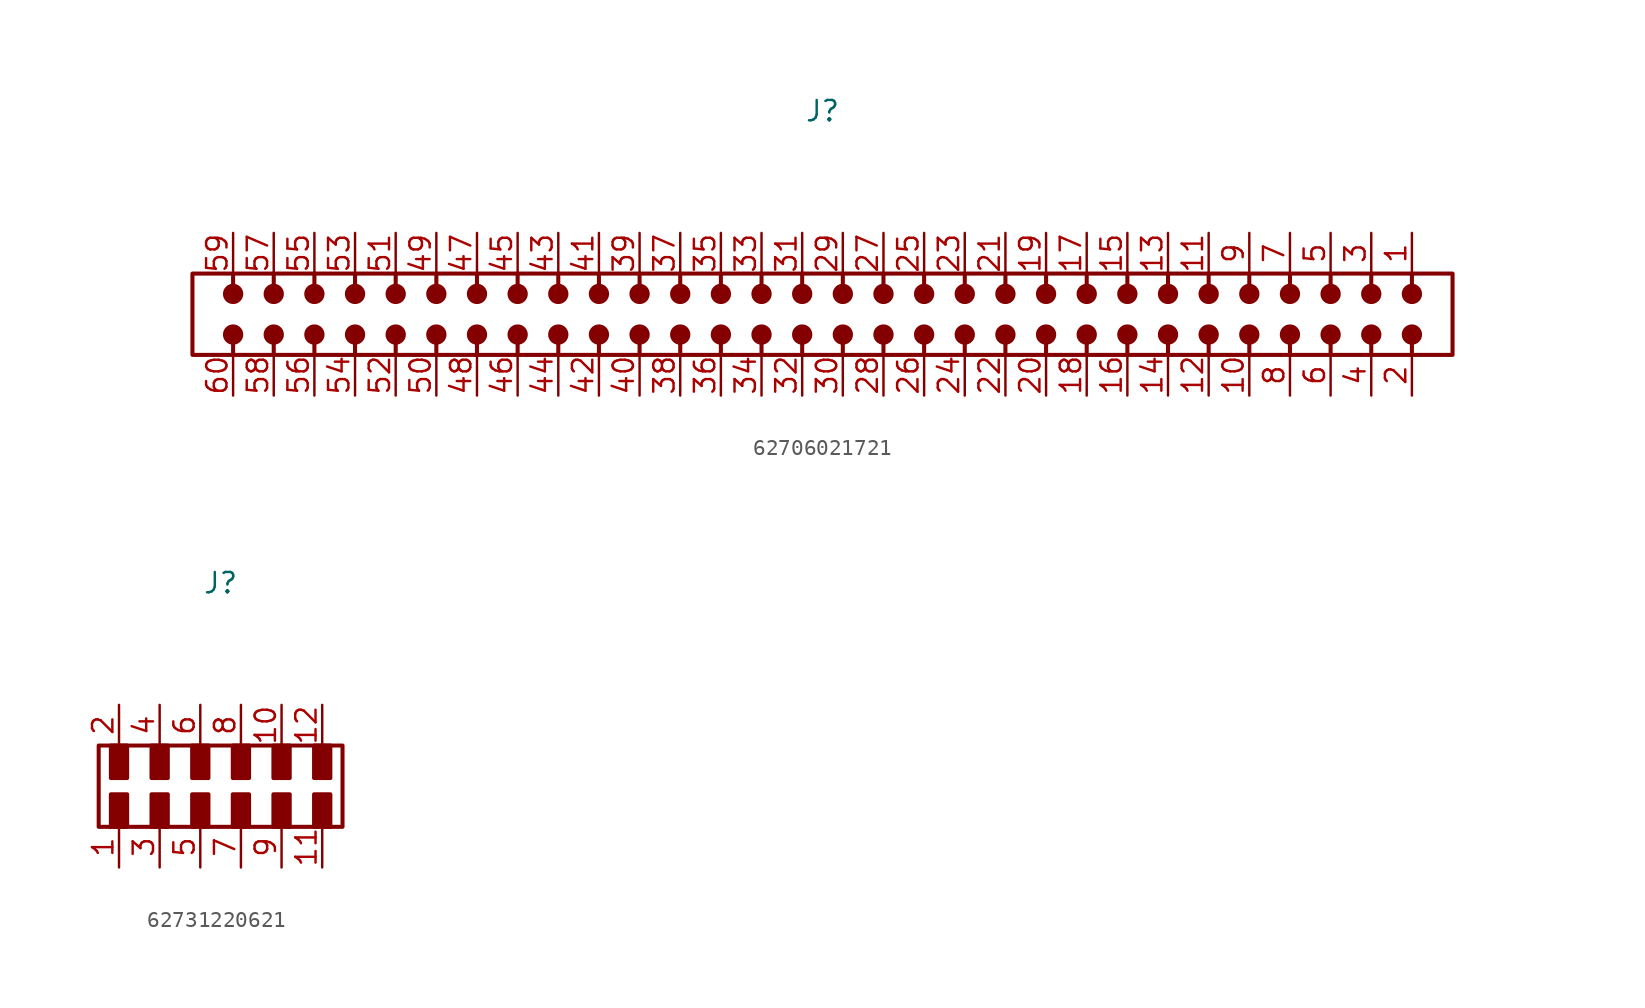
<source format=kicad_sym>
(kicad_symbol_lib
  (version 20241209)
  (generator "kicad_symbol_editor")
  (generator_version "9.0")
  (symbol "62706021721"
    (pin_names
      (hide yes))
    (property "Reference" "J"
      (at 0 12.7 0)
      (effects (font (size 1.27 1.27))))
    (symbol "62706021721_1_1"
      (rectangle (start -39.37 2.54) (end 39.37 -2.54) (stroke (width 0.254) (type solid)) (fill (type none)))
      (polyline (pts (xy -36.83 1.778) (xy -36.83 2.54)) (stroke (width 0.254) (type solid)) (fill (type none)))
      (circle (center -36.83 1.27) (radius 0.508) (stroke (width 0.254) (type solid)) (fill (type outline)))
      (circle (center -36.83 -1.27) (radius 0.508) (stroke (width 0.254) (type solid)) (fill (type outline)))
      (polyline (pts (xy -36.83 -1.778) (xy -36.83 -2.54)) (stroke (width 0.254) (type solid)) (fill (type none)))
      (polyline (pts (xy -34.29 1.778) (xy -34.29 2.54)) (stroke (width 0.254) (type solid)) (fill (type none)))
      (circle (center -34.29 1.27) (radius 0.508) (stroke (width 0.254) (type solid)) (fill (type outline)))
      (circle (center -34.29 -1.27) (radius 0.508) (stroke (width 0.254) (type solid)) (fill (type outline)))
      (polyline (pts (xy -34.29 -1.778) (xy -34.29 -2.54)) (stroke (width 0.254) (type solid)) (fill (type none)))
      (polyline (pts (xy -31.75 1.778) (xy -31.75 2.54)) (stroke (width 0.254) (type solid)) (fill (type none)))
      (circle (center -31.75 1.27) (radius 0.508) (stroke (width 0.254) (type solid)) (fill (type outline)))
      (circle (center -31.75 -1.27) (radius 0.508) (stroke (width 0.254) (type solid)) (fill (type outline)))
      (polyline (pts (xy -31.75 -1.778) (xy -31.75 -2.54)) (stroke (width 0.254) (type solid)) (fill (type none)))
      (polyline (pts (xy -29.21 1.778) (xy -29.21 2.54)) (stroke (width 0.254) (type solid)) (fill (type none)))
      (circle (center -29.21 1.27) (radius 0.508) (stroke (width 0.254) (type solid)) (fill (type outline)))
      (circle (center -29.21 -1.27) (radius 0.508) (stroke (width 0.254) (type solid)) (fill (type outline)))
      (polyline (pts (xy -29.21 -1.778) (xy -29.21 -2.54)) (stroke (width 0.254) (type solid)) (fill (type none)))
      (polyline (pts (xy -26.67 1.778) (xy -26.67 2.54)) (stroke (width 0.254) (type solid)) (fill (type none)))
      (circle (center -26.67 1.27) (radius 0.508) (stroke (width 0.254) (type solid)) (fill (type outline)))
      (circle (center -26.67 -1.27) (radius 0.508) (stroke (width 0.254) (type solid)) (fill (type outline)))
      (polyline (pts (xy -26.67 -1.778) (xy -26.67 -2.54)) (stroke (width 0.254) (type solid)) (fill (type none)))
      (polyline (pts (xy -24.13 1.778) (xy -24.13 2.54)) (stroke (width 0.254) (type solid)) (fill (type none)))
      (circle (center -24.13 1.27) (radius 0.508) (stroke (width 0.254) (type solid)) (fill (type outline)))
      (circle (center -24.13 -1.27) (radius 0.508) (stroke (width 0.254) (type solid)) (fill (type outline)))
      (polyline (pts (xy -24.13 -1.778) (xy -24.13 -2.54)) (stroke (width 0.254) (type solid)) (fill (type none)))
      (polyline (pts (xy -21.59 1.778) (xy -21.59 2.54)) (stroke (width 0.254) (type solid)) (fill (type none)))
      (circle (center -21.59 1.27) (radius 0.508) (stroke (width 0.254) (type solid)) (fill (type outline)))
      (circle (center -21.59 -1.27) (radius 0.508) (stroke (width 0.254) (type solid)) (fill (type outline)))
      (polyline (pts (xy -21.59 -1.778) (xy -21.59 -2.54)) (stroke (width 0.254) (type solid)) (fill (type none)))
      (polyline (pts (xy -19.05 1.778) (xy -19.05 2.54)) (stroke (width 0.254) (type solid)) (fill (type none)))
      (circle (center -19.05 1.27) (radius 0.508) (stroke (width 0.254) (type solid)) (fill (type outline)))
      (circle (center -19.05 -1.27) (radius 0.508) (stroke (width 0.254) (type solid)) (fill (type outline)))
      (polyline (pts (xy -19.05 -1.778) (xy -19.05 -2.54)) (stroke (width 0.254) (type solid)) (fill (type none)))
      (polyline (pts (xy -16.51 1.778) (xy -16.51 2.54)) (stroke (width 0.254) (type solid)) (fill (type none)))
      (circle (center -16.51 1.27) (radius 0.508) (stroke (width 0.254) (type solid)) (fill (type outline)))
      (circle (center -16.51 -1.27) (radius 0.508) (stroke (width 0.254) (type solid)) (fill (type outline)))
      (polyline (pts (xy -16.51 -1.778) (xy -16.51 -2.54)) (stroke (width 0.254) (type solid)) (fill (type none)))
      (polyline (pts (xy -13.97 1.778) (xy -13.97 2.54)) (stroke (width 0.254) (type solid)) (fill (type none)))
      (circle (center -13.97 1.27) (radius 0.508) (stroke (width 0.254) (type solid)) (fill (type outline)))
      (circle (center -13.97 -1.27) (radius 0.508) (stroke (width 0.254) (type solid)) (fill (type outline)))
      (polyline (pts (xy -13.97 -1.778) (xy -13.97 -2.54)) (stroke (width 0.254) (type solid)) (fill (type none)))
      (polyline (pts (xy -11.43 1.778) (xy -11.43 2.54)) (stroke (width 0.254) (type solid)) (fill (type none)))
      (circle (center -11.43 1.27) (radius 0.508) (stroke (width 0.254) (type solid)) (fill (type outline)))
      (circle (center -11.43 -1.27) (radius 0.508) (stroke (width 0.254) (type solid)) (fill (type outline)))
      (polyline (pts (xy -11.43 -1.778) (xy -11.43 -2.54)) (stroke (width 0.254) (type solid)) (fill (type none)))
      (polyline (pts (xy -8.89 1.778) (xy -8.89 2.54)) (stroke (width 0.254) (type solid)) (fill (type none)))
      (circle (center -8.89 1.27) (radius 0.508) (stroke (width 0.254) (type solid)) (fill (type outline)))
      (circle (center -8.89 -1.27) (radius 0.508) (stroke (width 0.254) (type solid)) (fill (type outline)))
      (polyline (pts (xy -8.89 -1.778) (xy -8.89 -2.54)) (stroke (width 0.254) (type solid)) (fill (type none)))
      (polyline (pts (xy -6.35 1.778) (xy -6.35 2.54)) (stroke (width 0.254) (type solid)) (fill (type none)))
      (circle (center -6.35 1.27) (radius 0.508) (stroke (width 0.254) (type solid)) (fill (type outline)))
      (circle (center -6.35 -1.27) (radius 0.508) (stroke (width 0.254) (type solid)) (fill (type outline)))
      (polyline (pts (xy -6.35 -1.778) (xy -6.35 -2.54)) (stroke (width 0.254) (type solid)) (fill (type none)))
      (polyline (pts (xy -3.81 1.778) (xy -3.81 2.54)) (stroke (width 0.254) (type solid)) (fill (type none)))
      (circle (center -3.81 1.27) (radius 0.508) (stroke (width 0.254) (type solid)) (fill (type outline)))
      (circle (center -3.81 -1.27) (radius 0.508) (stroke (width 0.254) (type solid)) (fill (type outline)))
      (polyline (pts (xy -3.81 -1.778) (xy -3.81 -2.54)) (stroke (width 0.254) (type solid)) (fill (type none)))
      (polyline (pts (xy -1.27 1.778) (xy -1.27 2.54)) (stroke (width 0.254) (type solid)) (fill (type none)))
      (circle (center -1.27 1.27) (radius 0.508) (stroke (width 0.254) (type solid)) (fill (type outline)))
      (circle (center -1.27 -1.27) (radius 0.508) (stroke (width 0.254) (type solid)) (fill (type outline)))
      (polyline (pts (xy -1.27 -1.778) (xy -1.27 -2.54)) (stroke (width 0.254) (type solid)) (fill (type none)))
      (polyline (pts (xy 1.27 1.778) (xy 1.27 2.54)) (stroke (width 0.254) (type solid)) (fill (type none)))
      (circle (center 1.27 1.27) (radius 0.508) (stroke (width 0.254) (type solid)) (fill (type outline)))
      (circle (center 1.27 -1.27) (radius 0.508) (stroke (width 0.254) (type solid)) (fill (type outline)))
      (polyline (pts (xy 1.27 -1.778) (xy 1.27 -2.54)) (stroke (width 0.254) (type solid)) (fill (type none)))
      (polyline (pts (xy 3.81 1.778) (xy 3.81 2.54)) (stroke (width 0.254) (type solid)) (fill (type none)))
      (circle (center 3.81 1.27) (radius 0.508) (stroke (width 0.254) (type solid)) (fill (type outline)))
      (circle (center 3.81 -1.27) (radius 0.508) (stroke (width 0.254) (type solid)) (fill (type outline)))
      (polyline (pts (xy 3.81 -1.778) (xy 3.81 -2.54)) (stroke (width 0.254) (type solid)) (fill (type none)))
      (polyline (pts (xy 6.35 1.778) (xy 6.35 2.54)) (stroke (width 0.254) (type solid)) (fill (type none)))
      (circle (center 6.35 1.27) (radius 0.508) (stroke (width 0.254) (type solid)) (fill (type outline)))
      (circle (center 6.35 -1.27) (radius 0.508) (stroke (width 0.254) (type solid)) (fill (type outline)))
      (polyline (pts (xy 6.35 -1.778) (xy 6.35 -2.54)) (stroke (width 0.254) (type solid)) (fill (type none)))
      (polyline (pts (xy 8.89 1.778) (xy 8.89 2.54)) (stroke (width 0.254) (type solid)) (fill (type none)))
      (circle (center 8.89 1.27) (radius 0.508) (stroke (width 0.254) (type solid)) (fill (type outline)))
      (circle (center 8.89 -1.27) (radius 0.508) (stroke (width 0.254) (type solid)) (fill (type outline)))
      (polyline (pts (xy 8.89 -1.778) (xy 8.89 -2.54)) (stroke (width 0.254) (type solid)) (fill (type none)))
      (polyline (pts (xy 11.43 1.778) (xy 11.43 2.54)) (stroke (width 0.254) (type solid)) (fill (type none)))
      (circle (center 11.43 1.27) (radius 0.508) (stroke (width 0.254) (type solid)) (fill (type outline)))
      (circle (center 11.43 -1.27) (radius 0.508) (stroke (width 0.254) (type solid)) (fill (type outline)))
      (polyline (pts (xy 11.43 -1.778) (xy 11.43 -2.54)) (stroke (width 0.254) (type solid)) (fill (type none)))
      (polyline (pts (xy 13.97 1.778) (xy 13.97 2.54)) (stroke (width 0.254) (type solid)) (fill (type none)))
      (circle (center 13.97 1.27) (radius 0.508) (stroke (width 0.254) (type solid)) (fill (type outline)))
      (circle (center 13.97 -1.27) (radius 0.508) (stroke (width 0.254) (type solid)) (fill (type outline)))
      (polyline (pts (xy 13.97 -1.778) (xy 13.97 -2.54)) (stroke (width 0.254) (type solid)) (fill (type none)))
      (polyline (pts (xy 16.51 1.778) (xy 16.51 2.54)) (stroke (width 0.254) (type solid)) (fill (type none)))
      (circle (center 16.51 1.27) (radius 0.508) (stroke (width 0.254) (type solid)) (fill (type outline)))
      (circle (center 16.51 -1.27) (radius 0.508) (stroke (width 0.254) (type solid)) (fill (type outline)))
      (polyline (pts (xy 16.51 -1.778) (xy 16.51 -2.54)) (stroke (width 0.254) (type solid)) (fill (type none)))
      (polyline (pts (xy 19.05 1.778) (xy 19.05 2.54)) (stroke (width 0.254) (type solid)) (fill (type none)))
      (circle (center 19.05 1.27) (radius 0.508) (stroke (width 0.254) (type solid)) (fill (type outline)))
      (circle (center 19.05 -1.27) (radius 0.508) (stroke (width 0.254) (type solid)) (fill (type outline)))
      (polyline (pts (xy 19.05 -1.778) (xy 19.05 -2.54)) (stroke (width 0.254) (type solid)) (fill (type none)))
      (polyline (pts (xy 21.59 1.778) (xy 21.59 2.54)) (stroke (width 0.254) (type solid)) (fill (type none)))
      (circle (center 21.59 1.27) (radius 0.508) (stroke (width 0.254) (type solid)) (fill (type outline)))
      (circle (center 21.59 -1.27) (radius 0.508) (stroke (width 0.254) (type solid)) (fill (type outline)))
      (polyline (pts (xy 21.59 -1.778) (xy 21.59 -2.54)) (stroke (width 0.254) (type solid)) (fill (type none)))
      (polyline (pts (xy 24.13 1.778) (xy 24.13 2.54)) (stroke (width 0.254) (type solid)) (fill (type none)))
      (circle (center 24.13 1.27) (radius 0.508) (stroke (width 0.254) (type solid)) (fill (type outline)))
      (circle (center 24.13 -1.27) (radius 0.508) (stroke (width 0.254) (type solid)) (fill (type outline)))
      (polyline (pts (xy 24.13 -1.778) (xy 24.13 -2.54)) (stroke (width 0.254) (type solid)) (fill (type none)))
      (polyline (pts (xy 26.67 1.778) (xy 26.67 2.54)) (stroke (width 0.254) (type solid)) (fill (type none)))
      (circle (center 26.67 1.27) (radius 0.508) (stroke (width 0.254) (type solid)) (fill (type outline)))
      (circle (center 26.67 -1.27) (radius 0.508) (stroke (width 0.254) (type solid)) (fill (type outline)))
      (polyline (pts (xy 26.67 -1.778) (xy 26.67 -2.54)) (stroke (width 0.254) (type solid)) (fill (type none)))
      (polyline (pts (xy 29.21 1.778) (xy 29.21 2.54)) (stroke (width 0.254) (type solid)) (fill (type none)))
      (circle (center 29.21 1.27) (radius 0.508) (stroke (width 0.254) (type solid)) (fill (type outline)))
      (circle (center 29.21 -1.27) (radius 0.508) (stroke (width 0.254) (type solid)) (fill (type outline)))
      (polyline (pts (xy 29.21 -1.778) (xy 29.21 -2.54)) (stroke (width 0.254) (type solid)) (fill (type none)))
      (polyline (pts (xy 31.75 1.778) (xy 31.75 2.54)) (stroke (width 0.254) (type solid)) (fill (type none)))
      (circle (center 31.75 1.27) (radius 0.508) (stroke (width 0.254) (type solid)) (fill (type outline)))
      (circle (center 31.75 -1.27) (radius 0.508) (stroke (width 0.254) (type solid)) (fill (type outline)))
      (polyline (pts (xy 31.75 -1.778) (xy 31.75 -2.54)) (stroke (width 0.254) (type solid)) (fill (type none)))
      (polyline (pts (xy 34.29 1.778) (xy 34.29 2.54)) (stroke (width 0.254) (type solid)) (fill (type none)))
      (circle (center 34.29 1.27) (radius 0.508) (stroke (width 0.254) (type solid)) (fill (type outline)))
      (circle (center 34.29 -1.27) (radius 0.508) (stroke (width 0.254) (type solid)) (fill (type outline)))
      (polyline (pts (xy 34.29 -1.778) (xy 34.29 -2.54)) (stroke (width 0.254) (type solid)) (fill (type none)))
      (polyline (pts (xy 36.83 1.778) (xy 36.83 2.54)) (stroke (width 0.254) (type solid)) (fill (type none)))
      (circle (center 36.83 1.27) (radius 0.508) (stroke (width 0.254) (type solid)) (fill (type outline)))
      (circle (center 36.83 -1.27) (radius 0.508) (stroke (width 0.254) (type solid)) (fill (type outline)))
      (polyline (pts (xy 36.83 -1.778) (xy 36.83 -2.54)) (stroke (width 0.254) (type solid)) (fill (type none)))
      (pin passive line (at -36.83 5.08 270) (length 2.54) (name "59" (effects (font (size 1.27 1.27)))) (number "59" (effects (font (size 1.27 1.27)))))
      (pin passive line (at -36.83 -5.08 90) (length 2.54) (name "60" (effects (font (size 1.27 1.27)))) (number "60" (effects (font (size 1.27 1.27)))))
      (pin passive line (at -34.29 5.08 270) (length 2.54) (name "57" (effects (font (size 1.27 1.27)))) (number "57" (effects (font (size 1.27 1.27)))))
      (pin passive line (at -34.29 -5.08 90) (length 2.54) (name "58" (effects (font (size 1.27 1.27)))) (number "58" (effects (font (size 1.27 1.27)))))
      (pin passive line (at -31.75 5.08 270) (length 2.54) (name "55" (effects (font (size 1.27 1.27)))) (number "55" (effects (font (size 1.27 1.27)))))
      (pin passive line (at -31.75 -5.08 90) (length 2.54) (name "56" (effects (font (size 1.27 1.27)))) (number "56" (effects (font (size 1.27 1.27)))))
      (pin passive line (at -29.21 5.08 270) (length 2.54) (name "53" (effects (font (size 1.27 1.27)))) (number "53" (effects (font (size 1.27 1.27)))))
      (pin passive line (at -29.21 -5.08 90) (length 2.54) (name "54" (effects (font (size 1.27 1.27)))) (number "54" (effects (font (size 1.27 1.27)))))
      (pin passive line (at -26.67 5.08 270) (length 2.54) (name "51" (effects (font (size 1.27 1.27)))) (number "51" (effects (font (size 1.27 1.27)))))
      (pin passive line (at -26.67 -5.08 90) (length 2.54) (name "52" (effects (font (size 1.27 1.27)))) (number "52" (effects (font (size 1.27 1.27)))))
      (pin passive line (at -24.13 5.08 270) (length 2.54) (name "49" (effects (font (size 1.27 1.27)))) (number "49" (effects (font (size 1.27 1.27)))))
      (pin passive line (at -24.13 -5.08 90) (length 2.54) (name "50" (effects (font (size 1.27 1.27)))) (number "50" (effects (font (size 1.27 1.27)))))
      (pin passive line (at -21.59 5.08 270) (length 2.54) (name "47" (effects (font (size 1.27 1.27)))) (number "47" (effects (font (size 1.27 1.27)))))
      (pin passive line (at -21.59 -5.08 90) (length 2.54) (name "48" (effects (font (size 1.27 1.27)))) (number "48" (effects (font (size 1.27 1.27)))))
      (pin passive line (at -19.05 5.08 270) (length 2.54) (name "45" (effects (font (size 1.27 1.27)))) (number "45" (effects (font (size 1.27 1.27)))))
      (pin passive line (at -19.05 -5.08 90) (length 2.54) (name "46" (effects (font (size 1.27 1.27)))) (number "46" (effects (font (size 1.27 1.27)))))
      (pin passive line (at -16.51 5.08 270) (length 2.54) (name "43" (effects (font (size 1.27 1.27)))) (number "43" (effects (font (size 1.27 1.27)))))
      (pin passive line (at -16.51 -5.08 90) (length 2.54) (name "44" (effects (font (size 1.27 1.27)))) (number "44" (effects (font (size 1.27 1.27)))))
      (pin passive line (at -13.97 5.08 270) (length 2.54) (name "41" (effects (font (size 1.27 1.27)))) (number "41" (effects (font (size 1.27 1.27)))))
      (pin passive line (at -13.97 -5.08 90) (length 2.54) (name "42" (effects (font (size 1.27 1.27)))) (number "42" (effects (font (size 1.27 1.27)))))
      (pin passive line (at -11.43 5.08 270) (length 2.54) (name "39" (effects (font (size 1.27 1.27)))) (number "39" (effects (font (size 1.27 1.27)))))
      (pin passive line (at -11.43 -5.08 90) (length 2.54) (name "40" (effects (font (size 1.27 1.27)))) (number "40" (effects (font (size 1.27 1.27)))))
      (pin passive line (at -8.89 5.08 270) (length 2.54) (name "37" (effects (font (size 1.27 1.27)))) (number "37" (effects (font (size 1.27 1.27)))))
      (pin passive line (at -8.89 -5.08 90) (length 2.54) (name "38" (effects (font (size 1.27 1.27)))) (number "38" (effects (font (size 1.27 1.27)))))
      (pin passive line (at -6.35 5.08 270) (length 2.54) (name "35" (effects (font (size 1.27 1.27)))) (number "35" (effects (font (size 1.27 1.27)))))
      (pin passive line (at -6.35 -5.08 90) (length 2.54) (name "36" (effects (font (size 1.27 1.27)))) (number "36" (effects (font (size 1.27 1.27)))))
      (pin passive line (at -3.81 5.08 270) (length 2.54) (name "33" (effects (font (size 1.27 1.27)))) (number "33" (effects (font (size 1.27 1.27)))))
      (pin passive line (at -3.81 -5.08 90) (length 2.54) (name "34" (effects (font (size 1.27 1.27)))) (number "34" (effects (font (size 1.27 1.27)))))
      (pin passive line (at -1.27 5.08 270) (length 2.54) (name "31" (effects (font (size 1.27 1.27)))) (number "31" (effects (font (size 1.27 1.27)))))
      (pin passive line (at -1.27 -5.08 90) (length 2.54) (name "32" (effects (font (size 1.27 1.27)))) (number "32" (effects (font (size 1.27 1.27)))))
      (pin passive line (at 1.27 5.08 270) (length 2.54) (name "29" (effects (font (size 1.27 1.27)))) (number "29" (effects (font (size 1.27 1.27)))))
      (pin passive line (at 1.27 -5.08 90) (length 2.54) (name "30" (effects (font (size 1.27 1.27)))) (number "30" (effects (font (size 1.27 1.27)))))
      (pin passive line (at 3.81 5.08 270) (length 2.54) (name "27" (effects (font (size 1.27 1.27)))) (number "27" (effects (font (size 1.27 1.27)))))
      (pin passive line (at 3.81 -5.08 90) (length 2.54) (name "28" (effects (font (size 1.27 1.27)))) (number "28" (effects (font (size 1.27 1.27)))))
      (pin passive line (at 6.35 5.08 270) (length 2.54) (name "25" (effects (font (size 1.27 1.27)))) (number "25" (effects (font (size 1.27 1.27)))))
      (pin passive line (at 6.35 -5.08 90) (length 2.54) (name "26" (effects (font (size 1.27 1.27)))) (number "26" (effects (font (size 1.27 1.27)))))
      (pin passive line (at 8.89 5.08 270) (length 2.54) (name "23" (effects (font (size 1.27 1.27)))) (number "23" (effects (font (size 1.27 1.27)))))
      (pin passive line (at 8.89 -5.08 90) (length 2.54) (name "24" (effects (font (size 1.27 1.27)))) (number "24" (effects (font (size 1.27 1.27)))))
      (pin passive line (at 11.43 5.08 270) (length 2.54) (name "21" (effects (font (size 1.27 1.27)))) (number "21" (effects (font (size 1.27 1.27)))))
      (pin passive line (at 11.43 -5.08 90) (length 2.54) (name "22" (effects (font (size 1.27 1.27)))) (number "22" (effects (font (size 1.27 1.27)))))
      (pin passive line (at 13.97 5.08 270) (length 2.54) (name "19" (effects (font (size 1.27 1.27)))) (number "19" (effects (font (size 1.27 1.27)))))
      (pin passive line (at 13.97 -5.08 90) (length 2.54) (name "20" (effects (font (size 1.27 1.27)))) (number "20" (effects (font (size 1.27 1.27)))))
      (pin passive line (at 16.51 5.08 270) (length 2.54) (name "17" (effects (font (size 1.27 1.27)))) (number "17" (effects (font (size 1.27 1.27)))))
      (pin passive line (at 16.51 -5.08 90) (length 2.54) (name "18" (effects (font (size 1.27 1.27)))) (number "18" (effects (font (size 1.27 1.27)))))
      (pin passive line (at 19.05 5.08 270) (length 2.54) (name "15" (effects (font (size 1.27 1.27)))) (number "15" (effects (font (size 1.27 1.27)))))
      (pin passive line (at 19.05 -5.08 90) (length 2.54) (name "16" (effects (font (size 1.27 1.27)))) (number "16" (effects (font (size 1.27 1.27)))))
      (pin passive line (at 21.59 5.08 270) (length 2.54) (name "13" (effects (font (size 1.27 1.27)))) (number "13" (effects (font (size 1.27 1.27)))))
      (pin passive line (at 21.59 -5.08 90) (length 2.54) (name "14" (effects (font (size 1.27 1.27)))) (number "14" (effects (font (size 1.27 1.27)))))
      (pin passive line (at 24.13 5.08 270) (length 2.54) (name "11" (effects (font (size 1.27 1.27)))) (number "11" (effects (font (size 1.27 1.27)))))
      (pin passive line (at 24.13 -5.08 90) (length 2.54) (name "12" (effects (font (size 1.27 1.27)))) (number "12" (effects (font (size 1.27 1.27)))))
      (pin passive line (at 26.67 5.08 270) (length 2.54) (name "9" (effects (font (size 1.27 1.27)))) (number "9" (effects (font (size 1.27 1.27)))))
      (pin passive line (at 26.67 -5.08 90) (length 2.54) (name "10" (effects (font (size 1.27 1.27)))) (number "10" (effects (font (size 1.27 1.27)))))
      (pin passive line (at 29.21 5.08 270) (length 2.54) (name "7" (effects (font (size 1.27 1.27)))) (number "7" (effects (font (size 1.27 1.27)))))
      (pin passive line (at 29.21 -5.08 90) (length 2.54) (name "8" (effects (font (size 1.27 1.27)))) (number "8" (effects (font (size 1.27 1.27)))))
      (pin passive line (at 31.75 5.08 270) (length 2.54) (name "5" (effects (font (size 1.27 1.27)))) (number "5" (effects (font (size 1.27 1.27)))))
      (pin passive line (at 31.75 -5.08 90) (length 2.54) (name "6" (effects (font (size 1.27 1.27)))) (number "6" (effects (font (size 1.27 1.27)))))
      (pin passive line (at 34.29 5.08 270) (length 2.54) (name "3" (effects (font (size 1.27 1.27)))) (number "3" (effects (font (size 1.27 1.27)))))
      (pin passive line (at 34.29 -5.08 90) (length 2.54) (name "4" (effects (font (size 1.27 1.27)))) (number "4" (effects (font (size 1.27 1.27)))))
      (pin passive line (at 36.83 5.08 270) (length 2.54) (name "1" (effects (font (size 1.27 1.27)))) (number "1" (effects (font (size 1.27 1.27)))))
      (pin passive line (at 36.83 -5.08 90) (length 2.54) (name "2" (effects (font (size 1.27 1.27)))) (number "2" (effects (font (size 1.27 1.27)))))))
  (symbol "62731220621"
    (pin_names
      (hide yes))
    (property "Reference" "J"
      (at 0 12.7 0)
      (effects (font (size 1.27 1.27))))
    (symbol "62731220621_1_1"
      (rectangle (start -7.62 2.54) (end 7.62 -2.54) (stroke (width 0.254) (type solid)) (fill (type none)))
      (rectangle (start -6.858 2.54) (end -5.842 0.508) (stroke (width 0.254) (type solid)) (fill (type outline)))
      (rectangle (start -6.858 -0.508) (end -5.842 -2.54) (stroke (width 0.254) (type solid)) (fill (type outline)))
      (rectangle (start -4.318 2.54) (end -3.302 0.508) (stroke (width 0.254) (type solid)) (fill (type outline)))
      (rectangle (start -4.318 -0.508) (end -3.302 -2.54) (stroke (width 0.254) (type solid)) (fill (type outline)))
      (rectangle (start -1.778 2.54) (end -0.762 0.508) (stroke (width 0.254) (type solid)) (fill (type outline)))
      (rectangle (start -1.778 -0.508) (end -0.762 -2.54) (stroke (width 0.254) (type solid)) (fill (type outline)))
      (rectangle (start 0.762 2.54) (end 1.778 0.508) (stroke (width 0.254) (type solid)) (fill (type outline)))
      (rectangle (start 0.762 -0.508) (end 1.778 -2.54) (stroke (width 0.254) (type solid)) (fill (type outline)))
      (rectangle (start 3.302 2.54) (end 4.318 0.508) (stroke (width 0.254) (type solid)) (fill (type outline)))
      (rectangle (start 3.302 -0.508) (end 4.318 -2.54) (stroke (width 0.254) (type solid)) (fill (type outline)))
      (rectangle (start 5.842 2.54) (end 6.858 0.508) (stroke (width 0.254) (type solid)) (fill (type outline)))
      (rectangle (start 5.842 -0.508) (end 6.858 -2.54) (stroke (width 0.254) (type solid)) (fill (type outline)))
      (pin passive line (at -6.35 5.08 270) (length 2.54) (name "2" (effects (font (size 1.27 1.27)))) (number "2" (effects (font (size 1.27 1.27)))))
      (pin passive line (at -6.35 -5.08 90) (length 2.54) (name "1" (effects (font (size 1.27 1.27)))) (number "1" (effects (font (size 1.27 1.27)))))
      (pin passive line (at -3.81 5.08 270) (length 2.54) (name "4" (effects (font (size 1.27 1.27)))) (number "4" (effects (font (size 1.27 1.27)))))
      (pin passive line (at -3.81 -5.08 90) (length 2.54) (name "3" (effects (font (size 1.27 1.27)))) (number "3" (effects (font (size 1.27 1.27)))))
      (pin passive line (at -1.27 5.08 270) (length 2.54) (name "6" (effects (font (size 1.27 1.27)))) (number "6" (effects (font (size 1.27 1.27)))))
      (pin passive line (at -1.27 -5.08 90) (length 2.54) (name "5" (effects (font (size 1.27 1.27)))) (number "5" (effects (font (size 1.27 1.27)))))
      (pin passive line (at 1.27 5.08 270) (length 2.54) (name "8" (effects (font (size 1.27 1.27)))) (number "8" (effects (font (size 1.27 1.27)))))
      (pin passive line (at 1.27 -5.08 90) (length 2.54) (name "7" (effects (font (size 1.27 1.27)))) (number "7" (effects (font (size 1.27 1.27)))))
      (pin passive line (at 3.81 5.08 270) (length 2.54) (name "10" (effects (font (size 1.27 1.27)))) (number "10" (effects (font (size 1.27 1.27)))))
      (pin passive line (at 3.81 -5.08 90) (length 2.54) (name "9" (effects (font (size 1.27 1.27)))) (number "9" (effects (font (size 1.27 1.27)))))
      (pin passive line (at 6.35 5.08 270) (length 2.54) (name "12" (effects (font (size 1.27 1.27)))) (number "12" (effects (font (size 1.27 1.27)))))
      (pin passive line (at 6.35 -5.08 90) (length 2.54) (name "11" (effects (font (size 1.27 1.27)))) (number "11" (effects (font (size 1.27 1.27))))))))
</source>
